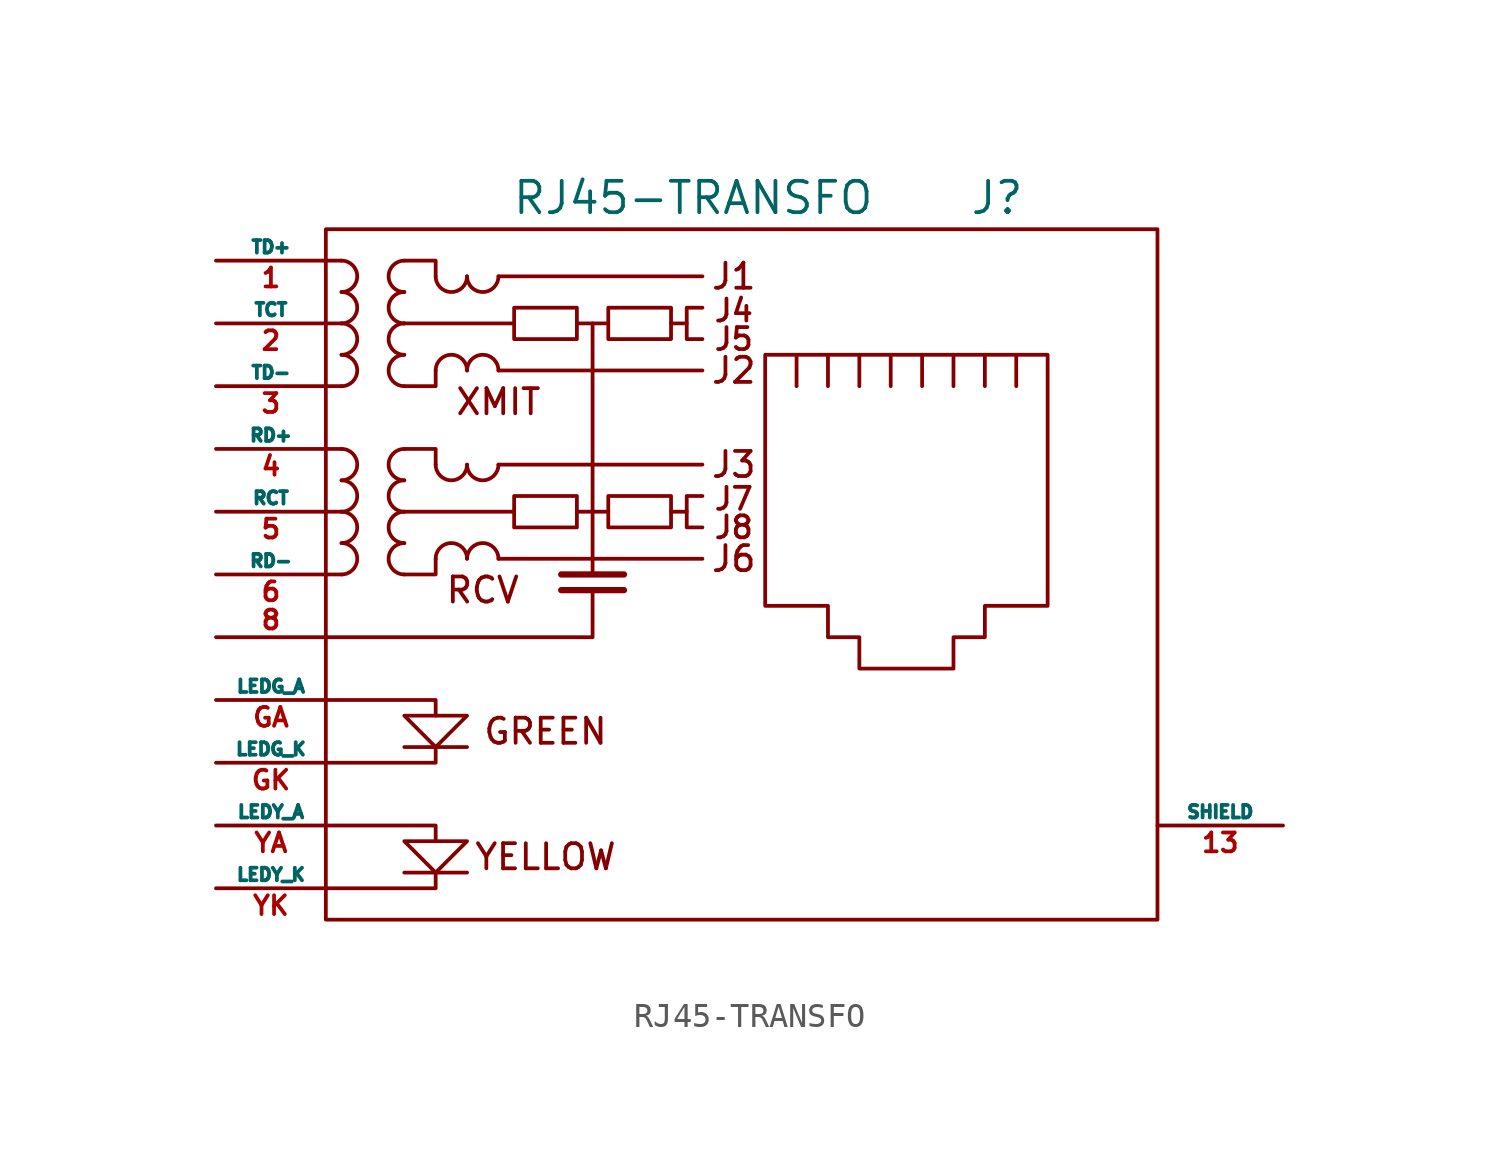
<source format=kicad_sym>
(kicad_symbol_lib
  (version 20231120)
  (generator "kicad_symbol_editor")
  (generator_version "8.0")
  (symbol "RJ45-TRANSFO"
    (pin_names
      (offset 0))
    (property "Reference" "J"
      (at 2.54 15.24 0)
      (effects (font (size 1.27 1.27)) (justify left)))
    (property "Value" "RJ45-TRANSFO"
      (at -1.27 15.24 0)
      (effects (font (size 1.27 1.27)) (justify right)))
    (property "Footprint" ""
      (at 0 0 0)
      (effects (font (size 1.27 1.27))))
    (property "Datasheet" ""
      (at 0 0 0)
      (effects (font (size 1.27 1.27))))
    (symbol "RJ45-TRANSFO_0_0"
      (polyline (pts (xy -17.78 -12.065) (xy -20.32 -12.065) (xy -20.32 -12.065)) (stroke (width 0) (type solid)) (fill (type none)))
      (polyline (pts (xy -17.78 -6.985) (xy -20.32 -6.985) (xy -20.32 -6.985)) (stroke (width 0) (type solid)) (fill (type none)))
      (polyline (pts (xy -12.7 2.54) (xy -12.7 0) (xy -12.7 0)) (stroke (width 0) (type solid)) (fill (type none)))
      (polyline (pts (xy -12.7 10.16) (xy -12.7 2.54) (xy -12.7 2.54)) (stroke (width 0) (type solid)) (fill (type none)))
      (polyline (pts (xy -11.43 -0.635) (xy -13.97 -0.635) (xy -13.97 -0.635)) (stroke (width 0.254) (type solid)) (fill (type none)))
      (polyline (pts (xy -8.89 2.54) (xy -9.525 2.54) (xy -9.525 2.54)) (stroke (width 0) (type solid)) (fill (type none)))
      (polyline (pts (xy -8.89 10.16) (xy -9.525 10.16) (xy -9.525 10.16)) (stroke (width 0) (type solid)) (fill (type none)))
      (polyline (pts (xy -23.495 -12.7) (xy -19.05 -12.7) (xy -19.05 -12.065) (xy -19.05 -12.065)) (stroke (width 0) (type solid)) (fill (type none)))
      (polyline (pts (xy -23.495 -10.16) (xy -19.05 -10.16) (xy -19.05 -10.795) (xy -19.05 -10.795)) (stroke (width 0) (type solid)) (fill (type none)))
      (polyline (pts (xy -23.495 -5.08) (xy -19.05 -5.08) (xy -19.05 -5.715) (xy -19.05 -5.715)) (stroke (width 0) (type solid)) (fill (type none)))
      (polyline (pts (xy -19.05 -6.985) (xy -19.05 -7.62) (xy -23.495 -7.62) (xy -22.86 -7.62)) (stroke (width 0) (type solid)) (fill (type none)))
      (polyline (pts (xy -12.7 -0.635) (xy -12.7 -2.54) (xy -23.495 -2.54) (xy -22.225 -2.54)) (stroke (width 0) (type solid)) (fill (type none)))
      (polyline (pts (xy -11.43 0) (xy -13.335 0) (xy -13.97 0) (xy -13.97 0)) (stroke (width 0.254) (type solid)) (fill (type none)))
      (polyline (pts (xy -20.32 -5.715) (xy -17.78 -5.715) (xy -19.05 -6.985) (xy -20.32 -5.715) (xy -20.32 -5.715)) (stroke (width 0) (type solid)) (fill (type none)))
      (polyline (pts (xy -17.78 -10.795) (xy -20.32 -10.795) (xy -19.05 -12.065) (xy -17.78 -10.795) (xy -17.78 -10.795)) (stroke (width 0) (type solid)) (fill (type none)))
      (polyline (pts (xy -8.255 3.175) (xy -8.89 3.175) (xy -8.89 1.905) (xy -8.255 1.905) (xy -8.255 1.905)) (stroke (width 0) (type solid)) (fill (type none)))
      (polyline (pts (xy -8.255 10.795) (xy -8.89 10.795) (xy -8.89 9.525) (xy -8.255 9.525) (xy -8.255 9.525)) (stroke (width 0) (type solid)) (fill (type none)))
      (text "GREEN" (at -14.605 -6.35 0) (effects (font (size 1.016 1.016))))
      (text "J1" (at -6.985 12.065 0) (effects (font (size 1.016 1.016))))
      (text "J2" (at -6.985 8.255 0) (effects (font (size 1.016 1.016))))
      (text "J3" (at -6.985 4.445 0) (effects (font (size 1.016 1.016))))
      (text "J4" (at -6.985 10.16 0) (effects (font (size 0.889 0.889)) (justify bottom)))
      (text "J5" (at -6.985 9.525 0) (effects (font (size 0.889 0.889))))
      (text "J6" (at -6.985 0.635 0) (effects (font (size 1.016 1.016))))
      (text "J7" (at -6.985 2.54 0) (effects (font (size 0.889 0.889)) (justify bottom)))
      (text "J8" (at -6.985 1.905 0) (effects (font (size 0.889 0.889))))
      (text "RCV" (at -17.145 -0.635 0) (effects (font (size 1.016 1.016))))
      (text "XMIT" (at -16.51 6.985 0) (effects (font (size 1.016 1.016))))
      (text "YELLOW" (at -14.605 -11.43 0) (effects (font (size 1.016 1.016)))))
    (symbol "RJ45-TRANSFO_0_1"
      (rectangle (start -23.495 -13.97) (end 10.16 13.97) (stroke (width 0) (type solid)) (fill (type none)))
      (arc (start -22.86 0) (mid -22.225 0.635) (end -22.86 1.27) (stroke (width 0) (type solid)) (fill (type none)))
      (arc (start -22.86 1.27) (mid -22.225 1.905) (end -22.86 2.54) (stroke (width 0) (type solid)) (fill (type none)))
      (arc (start -22.86 2.54) (mid -22.225 3.175) (end -22.86 3.81) (stroke (width 0) (type solid)) (fill (type none)))
      (arc (start -22.86 3.81) (mid -22.225 4.445) (end -22.86 5.08) (stroke (width 0) (type solid)) (fill (type none)))
      (arc (start -22.86 7.62) (mid -22.225 8.255) (end -22.86 8.89) (stroke (width 0) (type solid)) (fill (type none)))
      (arc (start -22.86 8.89) (mid -22.225 9.525) (end -22.86 10.16) (stroke (width 0) (type solid)) (fill (type none)))
      (arc (start -22.86 10.16) (mid -22.225 10.795) (end -22.86 11.43) (stroke (width 0) (type solid)) (fill (type none)))
      (arc (start -22.86 11.43) (mid -22.225 12.065) (end -22.86 12.7) (stroke (width 0) (type solid)) (fill (type none)))
      (arc (start -20.32 1.27) (mid -20.955 0.635) (end -20.32 0) (stroke (width 0) (type solid)) (fill (type none)))
      (arc (start -20.32 2.54) (mid -20.955 1.905) (end -20.32 1.27) (stroke (width 0) (type solid)) (fill (type none)))
      (arc (start -20.32 3.81) (mid -20.955 3.175) (end -20.32 2.54) (stroke (width 0) (type solid)) (fill (type none)))
      (arc (start -20.32 5.08) (mid -20.955 4.445) (end -20.32 3.81) (stroke (width 0) (type solid)) (fill (type none)))
      (arc (start -20.32 8.89) (mid -20.955 8.255) (end -20.32 7.62) (stroke (width 0) (type solid)) (fill (type none)))
      (arc (start -20.32 10.16) (mid -20.955 9.525) (end -20.32 8.89) (stroke (width 0) (type solid)) (fill (type none)))
      (arc (start -20.32 11.43) (mid -20.955 10.795) (end -20.32 10.16) (stroke (width 0) (type solid)) (fill (type none)))
      (arc (start -20.32 12.7) (mid -20.955 12.065) (end -20.32 11.43) (stroke (width 0) (type solid)) (fill (type none)))
      (arc (start -19.05 4.445) (mid -18.415 3.81) (end -17.78 4.445) (stroke (width 0) (type solid)) (fill (type none)))
      (arc (start -19.05 12.065) (mid -18.415 11.43) (end -17.78 12.065) (stroke (width 0) (type solid)) (fill (type none)))
      (arc (start -17.78 0.635) (mid -18.415 1.27) (end -19.05 0.635) (stroke (width 0) (type solid)) (fill (type none)))
      (arc (start -17.78 4.445) (mid -17.145 3.81) (end -16.51 4.445) (stroke (width 0) (type solid)) (fill (type none)))
      (arc (start -17.78 8.255) (mid -18.415 8.89) (end -19.05 8.255) (stroke (width 0) (type solid)) (fill (type none)))
      (arc (start -17.78 12.065) (mid -17.145 11.43) (end -16.51 12.065) (stroke (width 0) (type solid)) (fill (type none)))
      (arc (start -16.51 0.635) (mid -17.145 1.27) (end -17.78 0.635) (stroke (width 0) (type solid)) (fill (type none)))
      (arc (start -16.51 8.255) (mid -17.145 8.89) (end -17.78 8.255) (stroke (width 0) (type solid)) (fill (type none)))
      (rectangle (start -15.875 3.175) (end -13.335 1.905) (stroke (width 0) (type solid)) (fill (type none)))
      (rectangle (start -15.875 10.795) (end -13.335 9.525) (stroke (width 0) (type solid)) (fill (type none)))
      (rectangle (start -12.065 3.175) (end -9.525 1.905) (stroke (width 0) (type solid)) (fill (type none)))
      (rectangle (start -12.065 10.795) (end -9.525 9.525) (stroke (width 0) (type solid)) (fill (type none)))
      (polyline (pts (xy -22.86 0) (xy -23.495 0) (xy -23.495 0)) (stroke (width 0) (type solid)) (fill (type none)))
      (polyline (pts (xy -22.86 2.54) (xy -23.495 2.54) (xy -23.495 2.54)) (stroke (width 0) (type solid)) (fill (type none)))
      (polyline (pts (xy -22.86 5.08) (xy -23.495 5.08) (xy -23.495 5.08)) (stroke (width 0) (type solid)) (fill (type none)))
      (polyline (pts (xy -22.86 7.62) (xy -23.495 7.62) (xy -23.495 7.62)) (stroke (width 0) (type solid)) (fill (type none)))
      (polyline (pts (xy -22.86 10.16) (xy -23.495 10.16) (xy -23.495 10.16)) (stroke (width 0) (type solid)) (fill (type none)))
      (polyline (pts (xy -16.51 0.635) (xy -8.255 0.635) (xy -8.255 0.635)) (stroke (width 0) (type solid)) (fill (type none)))
      (polyline (pts (xy -16.51 4.445) (xy -8.255 4.445) (xy -8.255 4.445)) (stroke (width 0) (type solid)) (fill (type none)))
      (polyline (pts (xy -16.51 8.255) (xy -8.255 8.255) (xy -8.255 8.255)) (stroke (width 0) (type solid)) (fill (type none)))
      (polyline (pts (xy -16.51 12.065) (xy -8.255 12.065) (xy -8.255 12.065)) (stroke (width 0) (type solid)) (fill (type none)))
      (polyline (pts (xy -13.335 2.54) (xy -12.065 2.54) (xy -12.065 2.54)) (stroke (width 0) (type solid)) (fill (type none)))
      (polyline (pts (xy -13.335 10.16) (xy -12.065 10.16) (xy -12.065 10.16)) (stroke (width 0) (type solid)) (fill (type none)))
      (polyline (pts (xy -4.445 7.62) (xy -4.445 8.89) (xy -4.445 8.89)) (stroke (width 0) (type solid)) (fill (type none)))
      (polyline (pts (xy -3.175 8.89) (xy -3.175 7.62) (xy -3.175 7.62)) (stroke (width 0) (type solid)) (fill (type none)))
      (polyline (pts (xy -1.905 8.89) (xy -1.905 7.62) (xy -1.905 7.62)) (stroke (width 0) (type solid)) (fill (type none)))
      (polyline (pts (xy -0.635 8.89) (xy -0.635 7.62) (xy -0.635 7.62)) (stroke (width 0) (type solid)) (fill (type none)))
      (polyline (pts (xy 0.635 8.89) (xy 0.635 7.62) (xy 0.635 7.62)) (stroke (width 0) (type solid)) (fill (type none)))
      (polyline (pts (xy 1.905 8.89) (xy 1.905 7.62) (xy 1.905 7.62)) (stroke (width 0) (type solid)) (fill (type none)))
      (polyline (pts (xy 3.175 7.62) (xy 3.175 8.89) (xy 3.175 8.89)) (stroke (width 0) (type solid)) (fill (type none)))
      (polyline (pts (xy 4.445 7.62) (xy 4.445 8.89) (xy 4.445 8.89)) (stroke (width 0) (type solid)) (fill (type none)))
      (polyline (pts (xy -22.86 12.7) (xy -23.495 12.7) (xy -23.495 12.7) (xy -23.495 12.7)) (stroke (width 0) (type solid)) (fill (type none)))
      (polyline (pts (xy -19.05 0.635) (xy -19.05 0) (xy -20.32 0) (xy -20.32 0)) (stroke (width 0) (type solid)) (fill (type none)))
      (polyline (pts (xy -19.05 8.255) (xy -19.05 7.62) (xy -20.32 7.62) (xy -20.32 7.62)) (stroke (width 0) (type solid)) (fill (type none)))
      (polyline (pts (xy -15.875 2.54) (xy -20.32 2.54) (xy -20.32 2.54) (xy -20.32 2.54)) (stroke (width 0) (type solid)) (fill (type none)))
      (polyline (pts (xy -15.875 10.16) (xy -20.32 10.16) (xy -20.32 10.16) (xy -20.32 10.16)) (stroke (width 0) (type solid)) (fill (type none)))
      (polyline (pts (xy -20.32 5.08) (xy -19.05 5.08) (xy -19.05 4.445) (xy -19.05 4.445) (xy -19.05 4.445) (xy -19.05 4.445)) (stroke (width 0) (type solid)) (fill (type none)))
      (polyline (pts (xy -20.32 12.7) (xy -19.05 12.7) (xy -19.05 12.065) (xy -19.05 12.065) (xy -19.05 12.065) (xy -19.05 12.065)) (stroke (width 0) (type solid)) (fill (type none)))
      (polyline (pts (xy -5.715 8.89) (xy 5.715 8.89) (xy 5.715 -1.27) (xy 3.175 -1.27) (xy 3.175 -2.54) (xy 1.905 -2.54) (xy 1.905 -3.81) (xy -1.905 -3.81) (xy -1.905 -2.54) (xy -3.175 -2.54) (xy -3.175 -1.27) (xy -5.715 -1.27) (xy -5.715 8.89) (xy -5.715 8.89)) (stroke (width 0) (type solid)) (fill (type none))))
    (symbol "RJ45-TRANSFO_1_1"
      (pin passive line (at -27.94 12.7 0) (length 4.445) (name "TD+" (effects (font (size 0.508 0.508)))) (number "1" (effects (font (size 0.762 0.762)))))
      (pin passive line (at 15.24 -10.16 180) (length 5.08) (name "SHIELD" (effects (font (size 0.508 0.508)))) (number "13" (effects (font (size 0.762 0.762)))))
      (pin passive line (at -27.94 10.16 0) (length 4.445) (name "TCT" (effects (font (size 0.508 0.508)))) (number "2" (effects (font (size 0.762 0.762)))))
      (pin passive line (at -27.94 7.62 0) (length 4.445) (name "TD-" (effects (font (size 0.508 0.508)))) (number "3" (effects (font (size 0.762 0.762)))))
      (pin passive line (at -27.94 5.08 0) (length 4.445) (name "RD+" (effects (font (size 0.508 0.508)))) (number "4" (effects (font (size 0.762 0.762)))))
      (pin passive line (at -27.94 2.54 0) (length 4.445) (name "RCT" (effects (font (size 0.508 0.508)))) (number "5" (effects (font (size 0.762 0.762)))))
      (pin passive line (at -27.94 0 0) (length 4.445) (name "RD-" (effects (font (size 0.508 0.508)))) (number "6" (effects (font (size 0.762 0.762)))))
      (pin passive line (at -27.94 -2.54 0) (length 4.445) (name "~" (effects (font (size 0.508 0.508)))) (number "8" (effects (font (size 0.762 0.762)))))
      (pin passive line (at -27.94 -5.08 0) (length 4.445) (name "LEDG_A" (effects (font (size 0.508 0.508)))) (number "GA" (effects (font (size 0.762 0.762)))))
      (pin passive line (at -27.94 -7.62 0) (length 4.445) (name "LEDG_K" (effects (font (size 0.508 0.508)))) (number "GK" (effects (font (size 0.762 0.762)))))
      (pin passive line (at -27.94 -10.16 0) (length 4.445) (name "LEDY_A" (effects (font (size 0.508 0.508)))) (number "YA" (effects (font (size 0.762 0.762)))))
      (pin passive line (at -27.94 -12.7 0) (length 4.445) (name "LEDY_K" (effects (font (size 0.508 0.508)))) (number "YK" (effects (font (size 0.762 0.762))))))))
</source>
